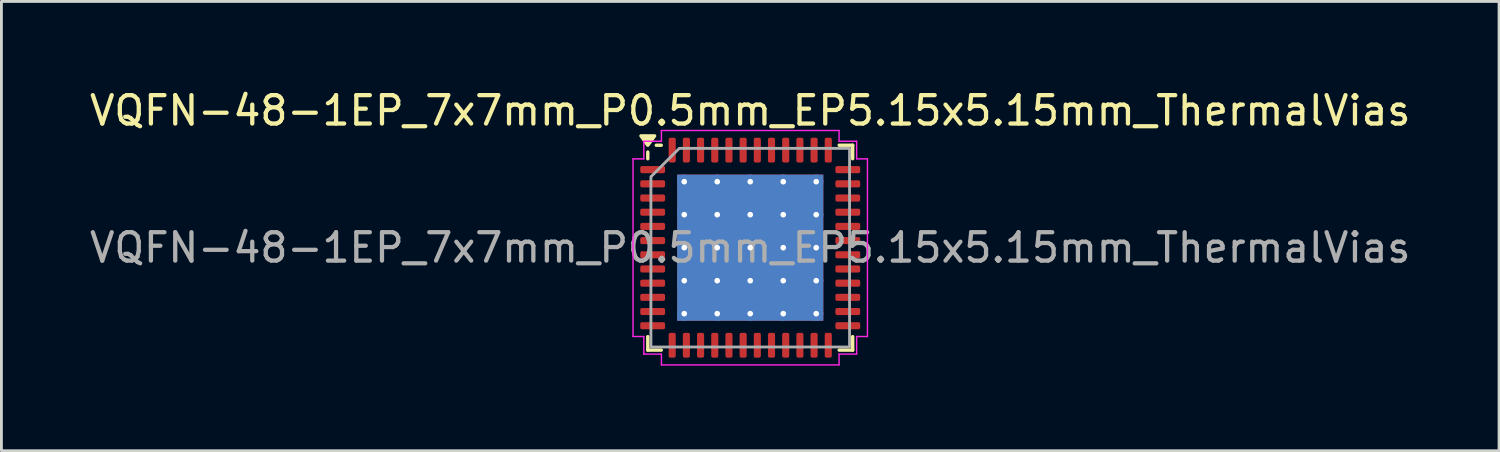
<source format=kicad_pcb>
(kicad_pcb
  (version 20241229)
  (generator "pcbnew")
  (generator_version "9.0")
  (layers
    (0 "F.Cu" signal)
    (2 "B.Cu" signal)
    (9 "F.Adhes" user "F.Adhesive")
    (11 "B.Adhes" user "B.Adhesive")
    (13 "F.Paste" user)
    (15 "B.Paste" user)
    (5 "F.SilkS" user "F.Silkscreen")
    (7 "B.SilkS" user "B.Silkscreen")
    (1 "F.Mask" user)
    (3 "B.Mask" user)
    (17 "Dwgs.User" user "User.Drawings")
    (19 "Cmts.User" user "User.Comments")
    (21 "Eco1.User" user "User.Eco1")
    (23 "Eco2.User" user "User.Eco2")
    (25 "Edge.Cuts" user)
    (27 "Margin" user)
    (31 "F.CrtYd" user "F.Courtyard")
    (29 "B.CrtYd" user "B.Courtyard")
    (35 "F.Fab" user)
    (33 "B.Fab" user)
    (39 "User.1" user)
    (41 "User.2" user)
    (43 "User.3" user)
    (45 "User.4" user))
  (footprint "VQFN-48-1EP_7x7mm_P0.5mm_EP5.15x5.15mm_ThermalVias"
    (layer "F.Cu")
    (at 23.387 5.678)
    (property "Reference" "VQFN-48-1EP_7x7mm_P0.5mm_EP5.15x5.15mm_ThermalVias" (at 0 -4.83 0) (layer "F.SilkS") (effects (font (size 1 1) (thickness 0.15))))
    (attr smd)
    (fp_line (start -3.61 -3.135) (end -3.61 -3.37) (stroke (width 0.12) (type solid)) (layer "F.SilkS"))
    (fp_line (start -3.61 3.61) (end -3.61 3.135) (stroke (width 0.12) (type solid)) (layer "F.SilkS"))
    (fp_line (start -3.135 -3.61) (end -3.31 -3.61) (stroke (width 0.12) (type solid)) (layer "F.SilkS"))
    (fp_line (start -3.135 3.61) (end -3.61 3.61) (stroke (width 0.12) (type solid)) (layer "F.SilkS"))
    (fp_line (start 3.135 -3.61) (end 3.61 -3.61) (stroke (width 0.12) (type solid)) (layer "F.SilkS"))
    (fp_line (start 3.135 3.61) (end 3.61 3.61) (stroke (width 0.12) (type solid)) (layer "F.SilkS"))
    (fp_line (start 3.61 -3.61) (end 3.61 -3.135) (stroke (width 0.12) (type solid)) (layer "F.SilkS"))
    (fp_line (start 3.61 3.61) (end 3.61 3.135) (stroke (width 0.12) (type solid)) (layer "F.SilkS"))
    (fp_poly (pts (xy -3.61 -3.61) (xy -3.85 -3.94) (xy -3.37 -3.94)) (stroke (width 0.12) (type solid)) (fill yes) (layer "F.SilkS"))
    (fp_line (start -4.13 -3.13) (end -3.75 -3.13) (stroke (width 0.05) (type solid)) (layer "F.CrtYd"))
    (fp_line (start -4.13 3.13) (end -4.13 -3.13) (stroke (width 0.05) (type solid)) (layer "F.CrtYd"))
    (fp_line (start -3.75 -3.75) (end -3.13 -3.75) (stroke (width 0.05) (type solid)) (layer "F.CrtYd"))
    (fp_line (start -3.75 -3.13) (end -3.75 -3.75) (stroke (width 0.05) (type solid)) (layer "F.CrtYd"))
    (fp_line (start -3.75 3.13) (end -4.13 3.13) (stroke (width 0.05) (type solid)) (layer "F.CrtYd"))
    (fp_line (start -3.75 3.75) (end -3.75 3.13) (stroke (width 0.05) (type solid)) (layer "F.CrtYd"))
    (fp_line (start -3.13 -4.13) (end 3.13 -4.13) (stroke (width 0.05) (type solid)) (layer "F.CrtYd"))
    (fp_line (start -3.13 -3.75) (end -3.13 -4.13) (stroke (width 0.05) (type solid)) (layer "F.CrtYd"))
    (fp_line (start -3.13 3.75) (end -3.75 3.75) (stroke (width 0.05) (type solid)) (layer "F.CrtYd"))
    (fp_line (start -3.13 4.13) (end -3.13 3.75) (stroke (width 0.05) (type solid)) (layer "F.CrtYd"))
    (fp_line (start 3.13 -4.13) (end 3.13 -3.75) (stroke (width 0.05) (type solid)) (layer "F.CrtYd"))
    (fp_line (start 3.13 -3.75) (end 3.75 -3.75) (stroke (width 0.05) (type solid)) (layer "F.CrtYd"))
    (fp_line (start 3.13 3.75) (end 3.13 4.13) (stroke (width 0.05) (type solid)) (layer "F.CrtYd"))
    (fp_line (start 3.13 4.13) (end -3.13 4.13) (stroke (width 0.05) (type solid)) (layer "F.CrtYd"))
    (fp_line (start 3.75 -3.75) (end 3.75 -3.13) (stroke (width 0.05) (type solid)) (layer "F.CrtYd"))
    (fp_line (start 3.75 -3.13) (end 4.13 -3.13) (stroke (width 0.05) (type solid)) (layer "F.CrtYd"))
    (fp_line (start 3.75 3.13) (end 3.75 3.75) (stroke (width 0.05) (type solid)) (layer "F.CrtYd"))
    (fp_line (start 3.75 3.75) (end 3.13 3.75) (stroke (width 0.05) (type solid)) (layer "F.CrtYd"))
    (fp_line (start 4.13 -3.13) (end 4.13 3.13) (stroke (width 0.05) (type solid)) (layer "F.CrtYd"))
    (fp_line (start 4.13 3.13) (end 3.75 3.13) (stroke (width 0.05) (type solid)) (layer "F.CrtYd"))
    (fp_poly (pts (xy -3.5 -2.5) (xy -3.5 3.5) (xy 3.5 3.5) (xy 3.5 -3.5) (xy -2.5 -3.5)) (stroke (width 0.1) (type solid)) (fill no) (layer "F.Fab"))
    (fp_text user "${REFERENCE}" (at 0 0 0) (layer "F.Fab") (effects (font (size 1 1) (thickness 0.15))))
    (pad "" smd roundrect (at -1.29 -1.29) (size 2.08 2.08) (layers "F.Paste") (roundrect_rratio 0.12))
    (pad "" smd roundrect (at -1.29 1.29) (size 2.08 2.08) (layers "F.Paste") (roundrect_rratio 0.12))
    (pad "" smd roundrect (at 1.29 -1.29) (size 2.08 2.08) (layers "F.Paste") (roundrect_rratio 0.12))
    (pad "" smd roundrect (at 1.29 1.29) (size 2.08 2.08) (layers "F.Paste") (roundrect_rratio 0.12))
    (pad "1" smd roundrect (at -3.438 -2.75) (size 0.875 0.25) (layers "F.Cu" "F.Mask" "F.Paste") (roundrect_rratio 0.25))
    (pad "2" smd roundrect (at -3.438 -2.25) (size 0.875 0.25) (layers "F.Cu" "F.Mask" "F.Paste") (roundrect_rratio 0.25))
    (pad "3" smd roundrect (at -3.438 -1.75) (size 0.875 0.25) (layers "F.Cu" "F.Mask" "F.Paste") (roundrect_rratio 0.25))
    (pad "4" smd roundrect (at -3.438 -1.25) (size 0.875 0.25) (layers "F.Cu" "F.Mask" "F.Paste") (roundrect_rratio 0.25))
    (pad "5" smd roundrect (at -3.438 -0.75) (size 0.875 0.25) (layers "F.Cu" "F.Mask" "F.Paste") (roundrect_rratio 0.25))
    (pad "6" smd roundrect (at -3.438 -0.25) (size 0.875 0.25) (layers "F.Cu" "F.Mask" "F.Paste") (roundrect_rratio 0.25))
    (pad "7" smd roundrect (at -3.438 0.25) (size 0.875 0.25) (layers "F.Cu" "F.Mask" "F.Paste") (roundrect_rratio 0.25))
    (pad "8" smd roundrect (at -3.438 0.75) (size 0.875 0.25) (layers "F.Cu" "F.Mask" "F.Paste") (roundrect_rratio 0.25))
    (pad "9" smd roundrect (at -3.438 1.25) (size 0.875 0.25) (layers "F.Cu" "F.Mask" "F.Paste") (roundrect_rratio 0.25))
    (pad "10" smd roundrect (at -3.438 1.75) (size 0.875 0.25) (layers "F.Cu" "F.Mask" "F.Paste") (roundrect_rratio 0.25))
    (pad "11" smd roundrect (at -3.438 2.25) (size 0.875 0.25) (layers "F.Cu" "F.Mask" "F.Paste") (roundrect_rratio 0.25))
    (pad "12" smd roundrect (at -3.438 2.75) (size 0.875 0.25) (layers "F.Cu" "F.Mask" "F.Paste") (roundrect_rratio 0.25))
    (pad "13" smd roundrect (at -2.75 3.438) (size 0.25 0.875) (layers "F.Cu" "F.Mask" "F.Paste") (roundrect_rratio 0.25))
    (pad "14" smd roundrect (at -2.25 3.438) (size 0.25 0.875) (layers "F.Cu" "F.Mask" "F.Paste") (roundrect_rratio 0.25))
    (pad "15" smd roundrect (at -1.75 3.438) (size 0.25 0.875) (layers "F.Cu" "F.Mask" "F.Paste") (roundrect_rratio 0.25))
    (pad "16" smd roundrect (at -1.25 3.438) (size 0.25 0.875) (layers "F.Cu" "F.Mask" "F.Paste") (roundrect_rratio 0.25))
    (pad "17" smd roundrect (at -0.75 3.438) (size 0.25 0.875) (layers "F.Cu" "F.Mask" "F.Paste") (roundrect_rratio 0.25))
    (pad "18" smd roundrect (at -0.25 3.438) (size 0.25 0.875) (layers "F.Cu" "F.Mask" "F.Paste") (roundrect_rratio 0.25))
    (pad "19" smd roundrect (at 0.25 3.438) (size 0.25 0.875) (layers "F.Cu" "F.Mask" "F.Paste") (roundrect_rratio 0.25))
    (pad "20" smd roundrect (at 0.75 3.438) (size 0.25 0.875) (layers "F.Cu" "F.Mask" "F.Paste") (roundrect_rratio 0.25))
    (pad "21" smd roundrect (at 1.25 3.438) (size 0.25 0.875) (layers "F.Cu" "F.Mask" "F.Paste") (roundrect_rratio 0.25))
    (pad "22" smd roundrect (at 1.75 3.438) (size 0.25 0.875) (layers "F.Cu" "F.Mask" "F.Paste") (roundrect_rratio 0.25))
    (pad "23" smd roundrect (at 2.25 3.438) (size 0.25 0.875) (layers "F.Cu" "F.Mask" "F.Paste") (roundrect_rratio 0.25))
    (pad "24" smd roundrect (at 2.75 3.438) (size 0.25 0.875) (layers "F.Cu" "F.Mask" "F.Paste") (roundrect_rratio 0.25))
    (pad "25" smd roundrect (at 3.438 2.75) (size 0.875 0.25) (layers "F.Cu" "F.Mask" "F.Paste") (roundrect_rratio 0.25))
    (pad "26" smd roundrect (at 3.438 2.25) (size 0.875 0.25) (layers "F.Cu" "F.Mask" "F.Paste") (roundrect_rratio 0.25))
    (pad "27" smd roundrect (at 3.438 1.75) (size 0.875 0.25) (layers "F.Cu" "F.Mask" "F.Paste") (roundrect_rratio 0.25))
    (pad "28" smd roundrect (at 3.438 1.25) (size 0.875 0.25) (layers "F.Cu" "F.Mask" "F.Paste") (roundrect_rratio 0.25))
    (pad "29" smd roundrect (at 3.438 0.75) (size 0.875 0.25) (layers "F.Cu" "F.Mask" "F.Paste") (roundrect_rratio 0.25))
    (pad "30" smd roundrect (at 3.438 0.25) (size 0.875 0.25) (layers "F.Cu" "F.Mask" "F.Paste") (roundrect_rratio 0.25))
    (pad "31" smd roundrect (at 3.438 -0.25) (size 0.875 0.25) (layers "F.Cu" "F.Mask" "F.Paste") (roundrect_rratio 0.25))
    (pad "32" smd roundrect (at 3.438 -0.75) (size 0.875 0.25) (layers "F.Cu" "F.Mask" "F.Paste") (roundrect_rratio 0.25))
    (pad "33" smd roundrect (at 3.438 -1.25) (size 0.875 0.25) (layers "F.Cu" "F.Mask" "F.Paste") (roundrect_rratio 0.25))
    (pad "34" smd roundrect (at 3.438 -1.75) (size 0.875 0.25) (layers "F.Cu" "F.Mask" "F.Paste") (roundrect_rratio 0.25))
    (pad "35" smd roundrect (at 3.438 -2.25) (size 0.875 0.25) (layers "F.Cu" "F.Mask" "F.Paste") (roundrect_rratio 0.25))
    (pad "36" smd roundrect (at 3.438 -2.75) (size 0.875 0.25) (layers "F.Cu" "F.Mask" "F.Paste") (roundrect_rratio 0.25))
    (pad "37" smd roundrect (at 2.75 -3.438) (size 0.25 0.875) (layers "F.Cu" "F.Mask" "F.Paste") (roundrect_rratio 0.25))
    (pad "38" smd roundrect (at 2.25 -3.438) (size 0.25 0.875) (layers "F.Cu" "F.Mask" "F.Paste") (roundrect_rratio 0.25))
    (pad "39" smd roundrect (at 1.75 -3.438) (size 0.25 0.875) (layers "F.Cu" "F.Mask" "F.Paste") (roundrect_rratio 0.25))
    (pad "40" smd roundrect (at 1.25 -3.438) (size 0.25 0.875) (layers "F.Cu" "F.Mask" "F.Paste") (roundrect_rratio 0.25))
    (pad "41" smd roundrect (at 0.75 -3.438) (size 0.25 0.875) (layers "F.Cu" "F.Mask" "F.Paste") (roundrect_rratio 0.25))
    (pad "42" smd roundrect (at 0.25 -3.438) (size 0.25 0.875) (layers "F.Cu" "F.Mask" "F.Paste") (roundrect_rratio 0.25))
    (pad "43" smd roundrect (at -0.25 -3.438) (size 0.25 0.875) (layers "F.Cu" "F.Mask" "F.Paste") (roundrect_rratio 0.25))
    (pad "44" smd roundrect (at -0.75 -3.438) (size 0.25 0.875) (layers "F.Cu" "F.Mask" "F.Paste") (roundrect_rratio 0.25))
    (pad "45" smd roundrect (at -1.25 -3.438) (size 0.25 0.875) (layers "F.Cu" "F.Mask" "F.Paste") (roundrect_rratio 0.25))
    (pad "46" smd roundrect (at -1.75 -3.438) (size 0.25 0.875) (layers "F.Cu" "F.Mask" "F.Paste") (roundrect_rratio 0.25))
    (pad "47" smd roundrect (at -2.25 -3.438) (size 0.25 0.875) (layers "F.Cu" "F.Mask" "F.Paste") (roundrect_rratio 0.25))
    (pad "48" smd roundrect (at -2.75 -3.438) (size 0.25 0.875) (layers "F.Cu" "F.Mask" "F.Paste") (roundrect_rratio 0.25))
    (pad "49" thru_hole circle (at -2.325 -2.325) (size 0.5 0.5) (drill 0.2) (property pad_prop_heatsink) (layers "*.Cu"))
    (pad "49" thru_hole circle (at -2.325 -1.163) (size 0.5 0.5) (drill 0.2) (property pad_prop_heatsink) (layers "*.Cu"))
    (pad "49" thru_hole circle (at -2.325 0) (size 0.5 0.5) (drill 0.2) (property pad_prop_heatsink) (layers "*.Cu"))
    (pad "49" thru_hole circle (at -2.325 1.163) (size 0.5 0.5) (drill 0.2) (property pad_prop_heatsink) (layers "*.Cu"))
    (pad "49" thru_hole circle (at -2.325 2.325) (size 0.5 0.5) (drill 0.2) (property pad_prop_heatsink) (layers "*.Cu"))
    (pad "49" thru_hole circle (at -1.163 -2.325) (size 0.5 0.5) (drill 0.2) (property pad_prop_heatsink) (layers "*.Cu"))
    (pad "49" thru_hole circle (at -1.163 -1.163) (size 0.5 0.5) (drill 0.2) (property pad_prop_heatsink) (layers "*.Cu"))
    (pad "49" thru_hole circle (at -1.163 0) (size 0.5 0.5) (drill 0.2) (property pad_prop_heatsink) (layers "*.Cu"))
    (pad "49" thru_hole circle (at -1.163 1.163) (size 0.5 0.5) (drill 0.2) (property pad_prop_heatsink) (layers "*.Cu"))
    (pad "49" thru_hole circle (at -1.163 2.325) (size 0.5 0.5) (drill 0.2) (property pad_prop_heatsink) (layers "*.Cu"))
    (pad "49" thru_hole circle (at 0 -2.325) (size 0.5 0.5) (drill 0.2) (property pad_prop_heatsink) (layers "*.Cu"))
    (pad "49" thru_hole circle (at 0 -1.163) (size 0.5 0.5) (drill 0.2) (property pad_prop_heatsink) (layers "*.Cu"))
    (pad "49" thru_hole circle (at 0 0) (size 0.5 0.5) (drill 0.2) (property pad_prop_heatsink) (layers "*.Cu"))
    (pad "49" smd rect (at 0 0) (size 5.15 5.15) (property pad_prop_heatsink) (layers "F.Cu" "F.Mask"))
    (pad "49" smd rect (at 0 0) (size 5.15 5.15) (property pad_prop_heatsink) (layers "B.Cu"))
    (pad "49" thru_hole circle (at 0 1.163) (size 0.5 0.5) (drill 0.2) (property pad_prop_heatsink) (layers "*.Cu"))
    (pad "49" thru_hole circle (at 0 2.325) (size 0.5 0.5) (drill 0.2) (property pad_prop_heatsink) (layers "*.Cu"))
    (pad "49" thru_hole circle (at 1.163 -2.325) (size 0.5 0.5) (drill 0.2) (property pad_prop_heatsink) (layers "*.Cu"))
    (pad "49" thru_hole circle (at 1.163 -1.163) (size 0.5 0.5) (drill 0.2) (property pad_prop_heatsink) (layers "*.Cu"))
    (pad "49" thru_hole circle (at 1.163 0) (size 0.5 0.5) (drill 0.2) (property pad_prop_heatsink) (layers "*.Cu"))
    (pad "49" thru_hole circle (at 1.163 1.163) (size 0.5 0.5) (drill 0.2) (property pad_prop_heatsink) (layers "*.Cu"))
    (pad "49" thru_hole circle (at 1.163 2.325) (size 0.5 0.5) (drill 0.2) (property pad_prop_heatsink) (layers "*.Cu"))
    (pad "49" thru_hole circle (at 2.325 -2.325) (size 0.5 0.5) (drill 0.2) (property pad_prop_heatsink) (layers "*.Cu"))
    (pad "49" thru_hole circle (at 2.325 -1.163) (size 0.5 0.5) (drill 0.2) (property pad_prop_heatsink) (layers "*.Cu"))
    (pad "49" thru_hole circle (at 2.325 0) (size 0.5 0.5) (drill 0.2) (property pad_prop_heatsink) (layers "*.Cu"))
    (pad "49" thru_hole circle (at 2.325 1.163) (size 0.5 0.5) (drill 0.2) (property pad_prop_heatsink) (layers "*.Cu"))
    (pad "49" thru_hole circle (at 2.325 2.325) (size 0.5 0.5) (drill 0.2) (property pad_prop_heatsink) (layers "*.Cu")))
  (gr_rect
    (start -3 -3)
    (end 49.774 12.833)
    (stroke (width 0.1) (type default))
    (fill no)
    (layer "Edge.Cuts")))
</source>
